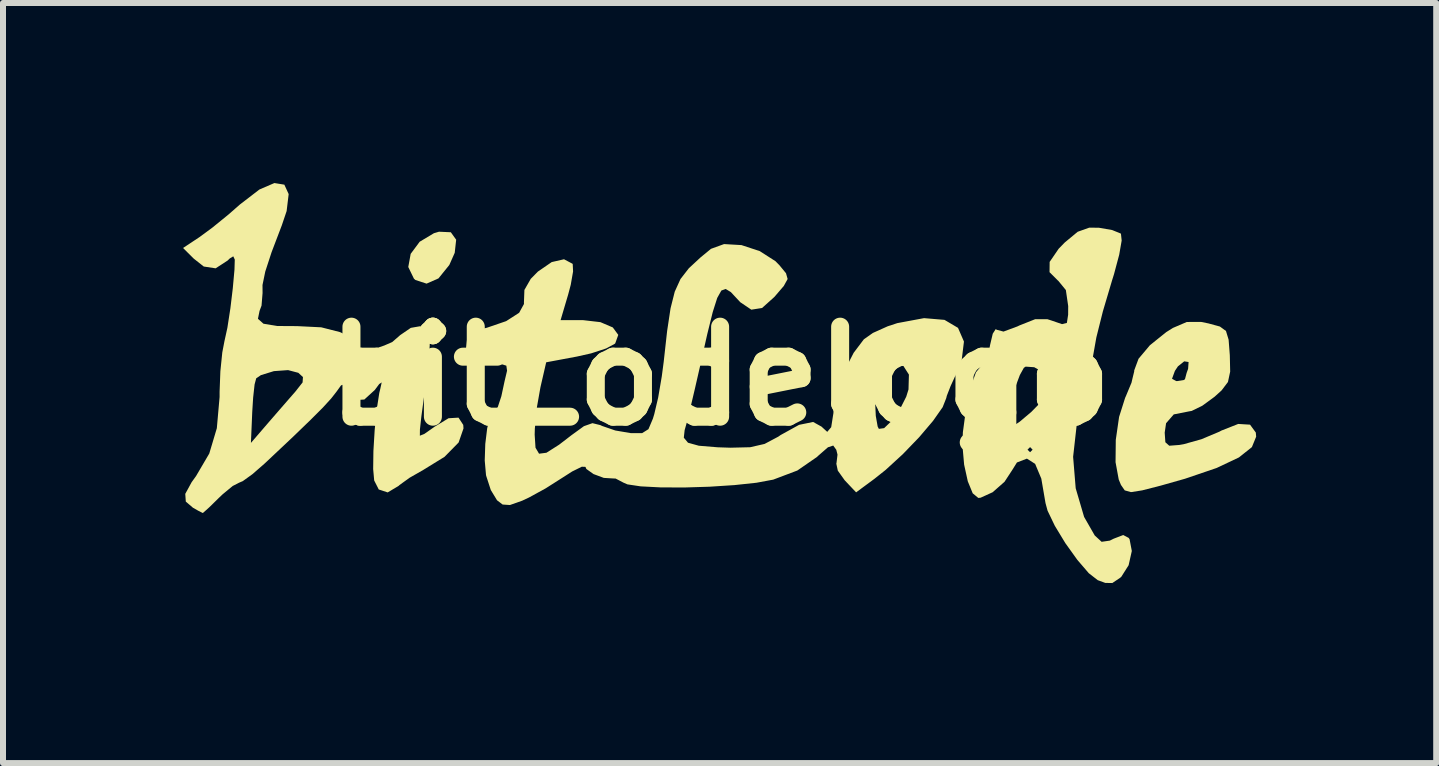
<source format=kicad_pcb>
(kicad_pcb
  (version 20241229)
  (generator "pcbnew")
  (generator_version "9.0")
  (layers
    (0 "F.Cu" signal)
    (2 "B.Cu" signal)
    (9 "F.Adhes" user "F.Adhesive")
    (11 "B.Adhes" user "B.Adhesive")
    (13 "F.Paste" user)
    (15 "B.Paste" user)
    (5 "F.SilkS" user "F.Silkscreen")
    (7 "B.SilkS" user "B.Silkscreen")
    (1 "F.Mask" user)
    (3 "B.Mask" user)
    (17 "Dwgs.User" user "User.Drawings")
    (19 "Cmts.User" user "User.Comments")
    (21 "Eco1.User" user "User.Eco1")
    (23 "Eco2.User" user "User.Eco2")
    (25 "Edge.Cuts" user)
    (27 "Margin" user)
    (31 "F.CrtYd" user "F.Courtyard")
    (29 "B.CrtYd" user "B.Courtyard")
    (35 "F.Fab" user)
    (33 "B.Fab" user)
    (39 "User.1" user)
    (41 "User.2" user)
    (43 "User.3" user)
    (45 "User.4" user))
  (footprint "bitLodelogo"
    (layer "F.Cu")
    (at 8.949 3.215)
    (property "Reference" "bitLodelogo" (at 0 0 0) (layer "F.SilkS") (effects (font (size 1.5 1.5) (thickness 0.3))))
    (attr board_only exclude_from_pos_files exclude_from_bom)
    (fp_poly (pts (xy -4.487 -2.395) (xy -4.398 -2.271) (xy -4.422 -2.053) (xy -4.512 -1.85) (xy -4.693 -1.626) (xy -4.891 -1.539) (xy -5.078 -1.6) (xy -5.102 -1.622) (xy -5.196 -1.816) (xy -5.156 -2.035) (xy -5.006 -2.237) (xy -4.769 -2.379) (xy -4.684 -2.404)) (stroke (width 0) (type solid)) (fill yes) (layer "F.SilkS"))
    (fp_poly (pts (xy 8.137 -0.876) (xy 8.328 -0.824) (xy 8.429 -0.75) (xy 8.473 -0.605) (xy 8.493 -0.346) (xy 8.499 -0.073) (xy 8.462 0.1) (xy 8.356 0.24) (xy 8.239 0.346) (xy 8.034 0.496) (xy 7.858 0.582) (xy 7.817 0.589) (xy 7.559 0.64) (xy 7.431 0.787) (xy 7.408 0.944) (xy 7.419 1.104) (xy 7.484 1.162) (xy 7.653 1.149) (xy 7.726 1.136) (xy 8.019 1.054) (xy 8.319 0.928) (xy 8.354 0.909) (xy 8.633 0.799) (xy 8.83 0.811) (xy 8.926 0.942) (xy 8.932 1.011) (xy 8.861 1.185) (xy 8.645 1.357) (xy 8.275 1.532) (xy 7.747 1.712) (xy 7.341 1.827) (xy 7.032 1.906) (xy 6.846 1.935) (xy 6.742 1.906) (xy 6.679 1.815) (xy 6.642 1.725) (xy 6.589 1.436) (xy 6.593 1.064) (xy 6.648 0.682) (xy 6.749 0.363) (xy 6.76 0.339) (xy 6.855 0.111) (xy 6.87 0.046) (xy 7.53 0.046) (xy 7.598 0.084) (xy 7.617 0.085) (xy 7.732 0.066) (xy 7.747 0.049) (xy 7.773 -0.05) (xy 7.798 -0.12) (xy 7.806 -0.233) (xy 7.733 -0.244) (xy 7.628 -0.16) (xy 7.578 -0.085) (xy 7.53 0.046) (xy 6.87 0.046) (xy 6.9 -0.077) (xy 6.9 -0.093) (xy 6.972 -0.287) (xy 7.162 -0.513) (xy 7.436 -0.733) (xy 7.545 -0.801) (xy 7.776 -0.9) (xy 8.013 -0.901)) (stroke (width 0) (type solid)) (fill yes) (layer "F.SilkS"))
    (fp_poly (pts (xy 6.313 -2.47) (xy 6.532 -2.432) (xy 6.673 -2.375) (xy 6.679 -2.37) (xy 6.691 -2.257) (xy 6.65 -2.021) (xy 6.563 -1.695) (xy 6.531 -1.593) (xy 6.378 -1.077) (xy 6.269 -0.642) (xy 6.21 -0.309) (xy 6.202 -0.1) (xy 6.23 -0.038) (xy 6.234 0.054) (xy 6.168 0.242) (xy 6.103 0.376) (xy 5.94 0.831) (xy 5.882 1.347) (xy 5.925 1.871) (xy 6.065 2.348) (xy 6.242 2.657) (xy 6.357 2.763) (xy 6.494 2.743) (xy 6.558 2.711) (xy 6.717 2.65) (xy 6.808 2.698) (xy 6.823 2.721) (xy 6.86 2.916) (xy 6.807 3.153) (xy 6.684 3.347) (xy 6.662 3.365) (xy 6.535 3.45) (xy 6.418 3.448) (xy 6.292 3.402) (xy 6.143 3.286) (xy 5.953 3.065) (xy 5.753 2.786) (xy 5.577 2.496) (xy 5.456 2.244) (xy 5.422 2.118) (xy 5.352 1.71) (xy 5.249 1.464) (xy 5.112 1.377) (xy 4.946 1.441) (xy 4.87 1.563) (xy 4.739 1.763) (xy 4.541 1.937) (xy 4.341 2.028) (xy 4.302 2.032) (xy 4.209 1.955) (xy 4.127 1.755) (xy 4.066 1.477) (xy 4.044 1.228) (xy 5.122 1.228) (xy 5.165 1.27) (xy 5.207 1.228) (xy 5.165 1.185) (xy 5.122 1.228) (xy 4.044 1.228) (xy 4.038 1.167) (xy 4.045 0.938) (xy 4.058 0.843) (xy 4.752 0.843) (xy 4.757 0.872) (xy 4.837 0.863) (xy 4.993 0.761) (xy 5.185 0.599) (xy 5.372 0.408) (xy 5.425 0.345) (xy 5.489 0.165) (xy 5.482 0.073) (xy 5.39 -0.058) (xy 5.234 -0.146) (xy 5.091 -0.156) (xy 5.061 -0.136) (xy 4.995 -0.017) (xy 4.914 0.198) (xy 4.835 0.452) (xy 4.775 0.686) (xy 4.752 0.843) (xy 4.058 0.843) (xy 4.101 0.521) (xy 4.177 0.178) (xy 4.263 -0.061) (xy 4.35 -0.167) (xy 4.365 -0.169) (xy 4.425 -0.244) (xy 4.483 -0.432) (xy 4.498 -0.515) (xy 4.543 -0.705) (xy 4.592 -0.781) (xy 4.61 -0.77) (xy 4.722 -0.74) (xy 4.954 -0.826) (xy 4.987 -0.842) (xy 5.249 -0.946) (xy 5.454 -0.946) (xy 5.517 -0.926) (xy 5.697 -0.864) (xy 5.778 -0.884) (xy 5.799 -1.021) (xy 5.8 -1.165) (xy 5.761 -1.432) (xy 5.634 -1.587) (xy 5.63 -1.589) (xy 5.489 -1.73) (xy 5.491 -1.901) (xy 5.641 -2.12) (xy 5.742 -2.224) (xy 5.958 -2.403) (xy 6.152 -2.472)) (stroke (width 0) (type solid)) (fill yes) (layer "F.SilkS"))
    (fp_poly (pts (xy -7.261 -3.188) (xy -7.189 -3.031) (xy -7.223 -2.748) (xy -7.303 -2.511) (xy -7.474 -2.062) (xy -7.579 -1.74) (xy -7.625 -1.516) (xy -7.624 -1.382) (xy -7.641 -1.173) (xy -7.674 -1.085) (xy -7.701 -0.953) (xy -7.609 -0.871) (xy -7.382 -0.833) (xy -7.048 -0.831) (xy -6.646 -0.811) (xy -6.336 -0.732) (xy -6.296 -0.714) (xy -6.125 -0.602) (xy -6.077 -0.473) (xy -6.099 -0.323) (xy -6.125 -0.151) (xy -6.086 -0.112) (xy -6.042 -0.132) (xy -5.898 -0.256) (xy -5.816 -0.355) (xy -5.683 -0.478) (xy -5.596 -0.508) (xy -5.463 -0.566) (xy -5.331 -0.681) (xy -5.154 -0.802) (xy -5 -0.829) (xy -4.908 -0.793) (xy -4.855 -0.698) (xy -4.838 -0.521) (xy -4.856 -0.236) (xy -4.909 0.18) (xy -4.938 0.38) (xy -4.978 0.674) (xy -5.002 0.893) (xy -5.003 0.993) (xy -5.003 0.995) (xy -4.928 0.965) (xy -4.778 0.86) (xy -4.762 0.848) (xy -4.525 0.704) (xy -4.359 0.694) (xy -4.28 0.815) (xy -4.276 0.874) (xy -4.357 1.108) (xy -4.592 1.347) (xy -4.949 1.567) (xy -5.173 1.695) (xy -5.341 1.816) (xy -5.357 1.831) (xy -5.539 1.94) (xy -5.688 1.891) (xy -5.764 1.741) (xy -5.781 1.551) (xy -5.777 1.251) (xy -5.756 0.901) (xy -5.722 0.559) (xy -5.679 0.283) (xy -5.662 0.212) (xy -5.639 0.107) (xy -5.68 0.134) (xy -5.754 0.233) (xy -5.928 0.392) (xy -6.088 0.402) (xy -6.204 0.26) (xy -6.207 0.253) (xy -6.259 0.138) (xy -6.316 0.156) (xy -6.394 0.264) (xy -6.481 0.375) (xy -6.618 0.525) (xy -6.823 0.73) (xy -7.114 1.011) (xy -7.509 1.383) (xy -7.591 1.46) (xy -7.794 1.637) (xy -7.954 1.752) (xy -8.015 1.778) (xy -8.122 1.833) (xy -8.29 1.972) (xy -8.353 2.032) (xy -8.511 2.187) (xy -8.609 2.275) (xy -8.621 2.283) (xy -8.696 2.245) (xy -8.784 2.195) (xy -8.903 2.093) (xy -8.912 1.964) (xy -8.806 1.77) (xy -8.732 1.667) (xy -8.512 1.292) (xy -8.459 1.115) (xy -7.818 1.115) (xy -7.538 0.79) (xy -7.33 0.55) (xy -7.135 0.326) (xy -7.074 0.256) (xy -6.957 0.107) (xy -6.951 0.018) (xy -7.028 -0.053) (xy -7.199 -0.098) (xy -7.435 -0.081) (xy -7.652 -0.014) (xy -7.73 0.039) (xy -7.757 0.141) (xy -7.781 0.361) (xy -7.796 0.599) (xy -7.818 1.115) (xy -8.459 1.115) (xy -8.386 0.87) (xy -8.34 0.35) (xy -8.34 0.262) (xy -8.327 -0.079) (xy -8.295 -0.393) (xy -8.26 -0.576) (xy -8.21 -0.804) (xy -8.16 -1.129) (xy -8.12 -1.462) (xy -8.092 -1.772) (xy -8.087 -1.94) (xy -8.112 -1.994) (xy -8.17 -1.959) (xy -8.206 -1.924) (xy -8.406 -1.794) (xy -8.604 -1.824) (xy -8.771 -1.956) (xy -8.949 -2.133) (xy -8.674 -2.315) (xy -8.457 -2.475) (xy -8.188 -2.694) (xy -8.001 -2.858) (xy -7.677 -3.107) (xy -7.427 -3.215)) (stroke (width 0) (type solid)) (fill yes) (layer "F.SilkS"))
    (fp_poly (pts (xy 0.356 -2.181) (xy 0.66 -2.081) (xy 0.922 -1.913) (xy 0.988 -1.846) (xy 1.098 -1.712) (xy 1.125 -1.616) (xy 1.061 -1.5) (xy 0.905 -1.318) (xy 0.699 -1.133) (xy 0.52 -1.105) (xy 0.335 -1.23) (xy 0.286 -1.283) (xy 0.179 -1.398) (xy 0.093 -1.45) (xy 0.021 -1.424) (xy -0.048 -1.301) (xy -0.123 -1.065) (xy -0.214 -0.698) (xy -0.33 -0.183) (xy -0.333 -0.169) (xy -0.421 0.216) (xy -0.501 0.555) (xy -0.563 0.803) (xy -0.591 0.902) (xy -0.605 1.028) (xy -0.535 1.112) (xy -0.355 1.162) (xy -0.042 1.188) (xy 0.171 1.195) (xy 0.501 1.187) (xy 0.741 1.132) (xy 0.969 1.011) (xy 1.008 0.984) (xy 1.316 0.814) (xy 1.55 0.766) (xy 1.692 0.845) (xy 1.693 0.847) (xy 1.785 0.931) (xy 1.851 0.853) (xy 1.888 0.618) (xy 1.892 0.537) (xy 1.918 0.414) (xy 2.582 0.414) (xy 2.594 0.665) (xy 2.625 0.841) (xy 2.645 0.881) (xy 2.733 0.869) (xy 2.86 0.747) (xy 2.993 0.559) (xy 3.101 0.346) (xy 3.139 0.225) (xy 3.146 -0.023) (xy 3.054 -0.167) (xy 2.891 -0.183) (xy 2.77 -0.122) (xy 2.648 0.003) (xy 2.593 0.192) (xy 2.582 0.414) (xy 1.918 0.414) (xy 1.987 0.078) (xy 2.225 -0.386) (xy 2.395 -0.611) (xy 2.545 -0.717) (xy 2.792 -0.828) (xy 2.953 -0.881) (xy 3.398 -0.964) (xy 3.739 -0.935) (xy 3.964 -0.802) (xy 4.063 -0.574) (xy 4.025 -0.26) (xy 3.944 -0.057) (xy 3.84 0.169) (xy 3.777 0.331) (xy 3.768 0.369) (xy 3.708 0.52) (xy 3.548 0.748) (xy 3.317 1.02) (xy 3.044 1.303) (xy 2.758 1.565) (xy 2.572 1.713) (xy 2.266 1.939) (xy 2.076 1.738) (xy 1.961 1.577) (xy 1.936 1.459) (xy 1.939 1.453) (xy 1.956 1.31) (xy 1.936 1.23) (xy 1.885 1.159) (xy 1.797 1.188) (xy 1.636 1.328) (xy 1.614 1.349) (xy 1.287 1.575) (xy 0.885 1.727) (xy 0.605 1.779) (xy 0.238 1.818) (xy -0.177 1.845) (xy -0.602 1.858) (xy -0.997 1.856) (xy -1.324 1.839) (xy -1.544 1.806) (xy -1.607 1.779) (xy -1.741 1.709) (xy -1.79 1.707) (xy -1.938 1.698) (xy -2.11 1.634) (xy -2.229 1.549) (xy -2.244 1.514) (xy -2.305 1.512) (xy -2.465 1.591) (xy -2.626 1.694) (xy -2.906 1.872) (xy -3.185 2.025) (xy -3.298 2.078) (xy -3.502 2.15) (xy -3.624 2.142) (xy -3.717 2.071) (xy -3.821 1.9) (xy -3.898 1.663) (xy -3.901 1.648) (xy -3.922 1.408) (xy -3.913 1.132) (xy -3.881 0.87) (xy -3.831 0.673) (xy -3.771 0.593) (xy -3.769 0.593) (xy -3.705 0.519) (xy -3.646 0.34) (xy -3.641 0.318) (xy -3.591 0.085) (xy -3.55 -0.088) (xy -3.562 -0.172) (xy -3.683 -0.209) (xy -3.873 -0.215) (xy -4.099 -0.221) (xy -4.203 -0.268) (xy -4.232 -0.387) (xy -4.233 -0.466) (xy -4.214 -0.632) (xy -4.127 -0.727) (xy -3.924 -0.795) (xy -3.886 -0.804) (xy -3.565 -0.914) (xy -3.349 -1.053) (xy -3.268 -1.2) (xy -3.269 -1.218) (xy -3.261 -1.434) (xy -3.155 -1.619) (xy -3.036 -1.74) (xy -2.806 -1.898) (xy -2.601 -1.945) (xy -2.461 -1.871) (xy -2.456 -1.865) (xy -2.45 -1.742) (xy -2.489 -1.519) (xy -2.532 -1.357) (xy -2.658 -0.931) (xy -2.287 -0.931) (xy -1.994 -0.897) (xy -1.788 -0.809) (xy -1.697 -0.685) (xy -1.747 -0.545) (xy -1.756 -0.536) (xy -1.899 -0.459) (xy -2.149 -0.377) (xy -2.385 -0.324) (xy -2.898 -0.228) (xy -2.994 0.189) (xy -3.054 0.528) (xy -3.087 0.876) (xy -3.09 0.977) (xy -3.076 1.195) (xy -3.017 1.295) (xy -2.894 1.279) (xy -2.683 1.145) (xy -2.476 0.986) (xy -2.269 0.836) (xy -2.127 0.786) (xy -1.994 0.819) (xy -1.968 0.832) (xy -1.747 0.908) (xy -1.488 0.952) (xy -1.299 0.952) (xy -1.194 0.886) (xy -1.12 0.711) (xy -1.097 0.635) (xy -1.032 0.359) (xy -0.972 0.007) (xy -0.94 -0.236) (xy -0.883 -0.749) (xy -0.826 -1.127) (xy -0.756 -1.405) (xy -0.66 -1.616) (xy -0.521 -1.795) (xy -0.327 -1.975) (xy -0.152 -2.119) (xy 0.066 -2.198)) (stroke (width 0) (type solid)) (fill yes) (layer "F.SilkS")))
  (gr_rect
    (start -3 -3)
    (end 20.881 9.665)
    (stroke (width 0.1) (type default))
    (fill no)
    (layer "Edge.Cuts")))
</source>
